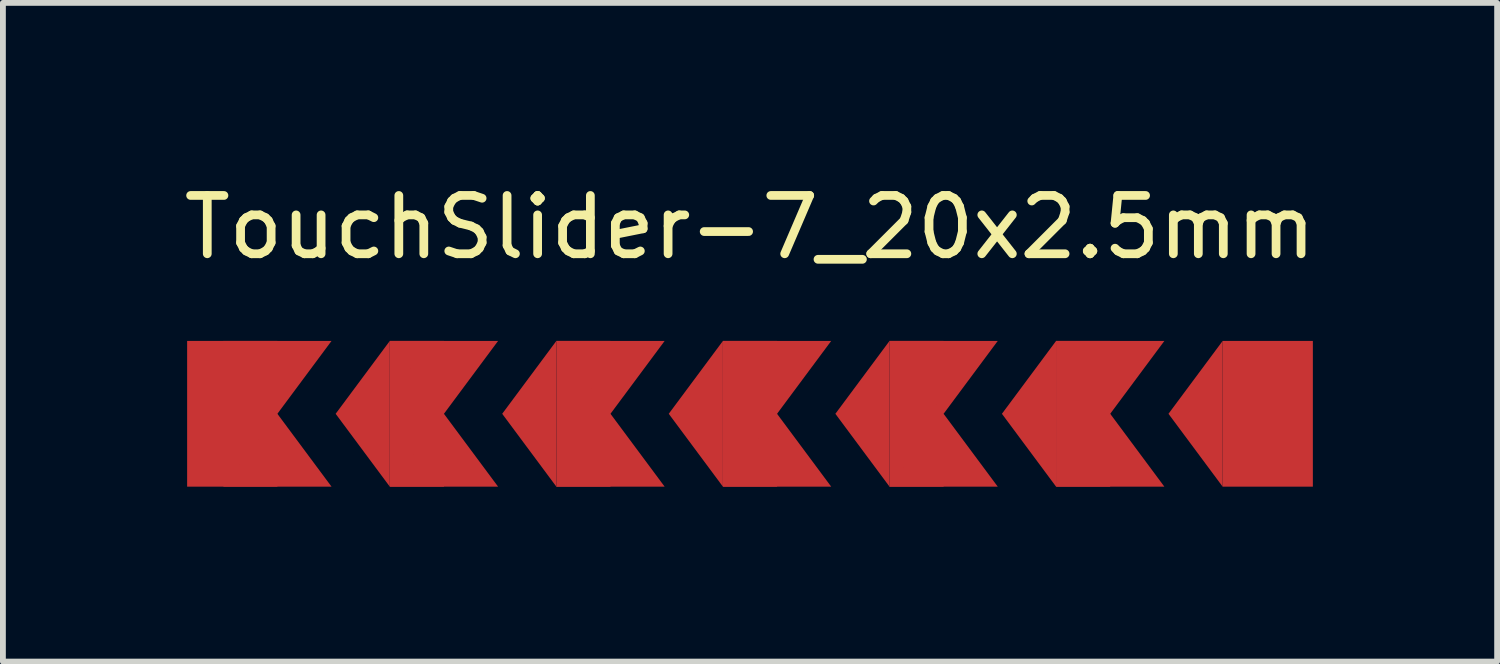
<source format=kicad_pcb>
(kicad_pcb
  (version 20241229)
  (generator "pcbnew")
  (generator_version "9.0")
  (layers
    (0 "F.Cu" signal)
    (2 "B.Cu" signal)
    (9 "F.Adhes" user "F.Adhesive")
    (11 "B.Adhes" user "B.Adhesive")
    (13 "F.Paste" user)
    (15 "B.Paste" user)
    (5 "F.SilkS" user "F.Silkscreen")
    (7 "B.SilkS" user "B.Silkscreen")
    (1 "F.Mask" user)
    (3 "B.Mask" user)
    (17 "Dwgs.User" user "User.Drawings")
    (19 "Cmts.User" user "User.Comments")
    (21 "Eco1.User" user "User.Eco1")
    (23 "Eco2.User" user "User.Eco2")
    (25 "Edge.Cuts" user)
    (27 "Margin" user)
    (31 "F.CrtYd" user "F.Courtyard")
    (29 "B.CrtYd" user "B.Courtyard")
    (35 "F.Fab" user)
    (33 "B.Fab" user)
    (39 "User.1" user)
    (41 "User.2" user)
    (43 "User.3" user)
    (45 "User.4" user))
  (footprint "TouchSlider-7_20x2.5mm"
    (layer "F.Cu")
    (at 9.815 4.048)
    (property "Reference" "TouchSlider-7_20x2.5mm" (at 0 -3.2 0) (layer "F.SilkS") (effects (font (size 1 1) (thickness 0.15))))
    (attr smd)
    (pad "1" smd rect (at -8.881 0) (size 1.548 2.5) (layers "F.Cu" "F.Mask"))
    (pad "1" smd trapezoid (at -8.107 -0.625) (size 0.929 1.25) (rect_delta 0 -0.929) (layers "F.Cu" "F.Mask"))
    (pad "1" smd trapezoid (at -8.107 0.625) (size 0.929 1.25) (rect_delta 0 0.929) (layers "F.Cu" "F.Mask"))
    (pad "2" smd trapezoid (at -6.643 0) (size 0.929 1.25) (rect_delta -1.25 0) (layers "F.Cu" "F.Mask"))
    (pad "2" smd rect (at -5.714 0) (size 0.929 2.5) (layers "F.Cu" "F.Mask"))
    (pad "2" smd trapezoid (at -5.25 -0.625) (size 0.929 1.25) (rect_delta 0 -0.929) (layers "F.Cu" "F.Mask"))
    (pad "2" smd trapezoid (at -5.25 0.625) (size 0.929 1.25) (rect_delta 0 0.929) (layers "F.Cu" "F.Mask"))
    (pad "3" smd trapezoid (at -3.786 0) (size 0.929 1.25) (rect_delta -1.25 0) (layers "F.Cu" "F.Mask"))
    (pad "3" smd rect (at -2.857 0) (size 0.929 2.5) (layers "F.Cu" "F.Mask"))
    (pad "3" smd trapezoid (at -2.393 -0.625) (size 0.929 1.25) (rect_delta 0 -0.929) (layers "F.Cu" "F.Mask"))
    (pad "3" smd trapezoid (at -2.393 0.625) (size 0.929 1.25) (rect_delta 0 0.929) (layers "F.Cu" "F.Mask"))
    (pad "4" smd trapezoid (at -0.929 0) (size 0.929 1.25) (rect_delta -1.25 0) (layers "F.Cu" "F.Mask"))
    (pad "4" smd rect (at -0.000002 0) (size 0.929 2.5) (layers "F.Cu" "F.Mask"))
    (pad "4" smd trapezoid (at 0.464 -0.625) (size 0.929 1.25) (rect_delta 0 -0.929) (layers "F.Cu" "F.Mask"))
    (pad "4" smd trapezoid (at 0.464 0.625) (size 0.929 1.25) (rect_delta 0 0.929) (layers "F.Cu" "F.Mask"))
    (pad "5" smd trapezoid (at 1.929 0) (size 0.929 1.25) (rect_delta -1.25 0) (layers "F.Cu" "F.Mask"))
    (pad "5" smd rect (at 2.857 0) (size 0.929 2.5) (layers "F.Cu" "F.Mask"))
    (pad "5" smd trapezoid (at 3.321 -0.625) (size 0.929 1.25) (rect_delta 0 -0.929) (layers "F.Cu" "F.Mask"))
    (pad "5" smd trapezoid (at 3.321 0.625) (size 0.929 1.25) (rect_delta 0 0.929) (layers "F.Cu" "F.Mask"))
    (pad "6" smd trapezoid (at 4.786 0) (size 0.929 1.25) (rect_delta -1.25 0) (layers "F.Cu" "F.Mask"))
    (pad "6" smd rect (at 5.714 0) (size 0.929 2.5) (layers "F.Cu" "F.Mask"))
    (pad "6" smd trapezoid (at 6.179 -0.625) (size 0.929 1.25) (rect_delta 0 -0.929) (layers "F.Cu" "F.Mask"))
    (pad "6" smd trapezoid (at 6.179 0.625) (size 0.929 1.25) (rect_delta 0 0.929) (layers "F.Cu" "F.Mask"))
    (pad "7" smd trapezoid (at 7.643 0) (size 0.929 1.25) (rect_delta -1.25 0) (layers "F.Cu" "F.Mask"))
    (pad "7" smd rect (at 8.881 0) (size 1.548 2.5) (layers "F.Cu" "F.Mask")))
  (gr_rect
    (start -3 -3)
    (end 22.631 8.298)
    (stroke (width 0.1) (type default))
    (fill no)
    (layer "Edge.Cuts")))
</source>
